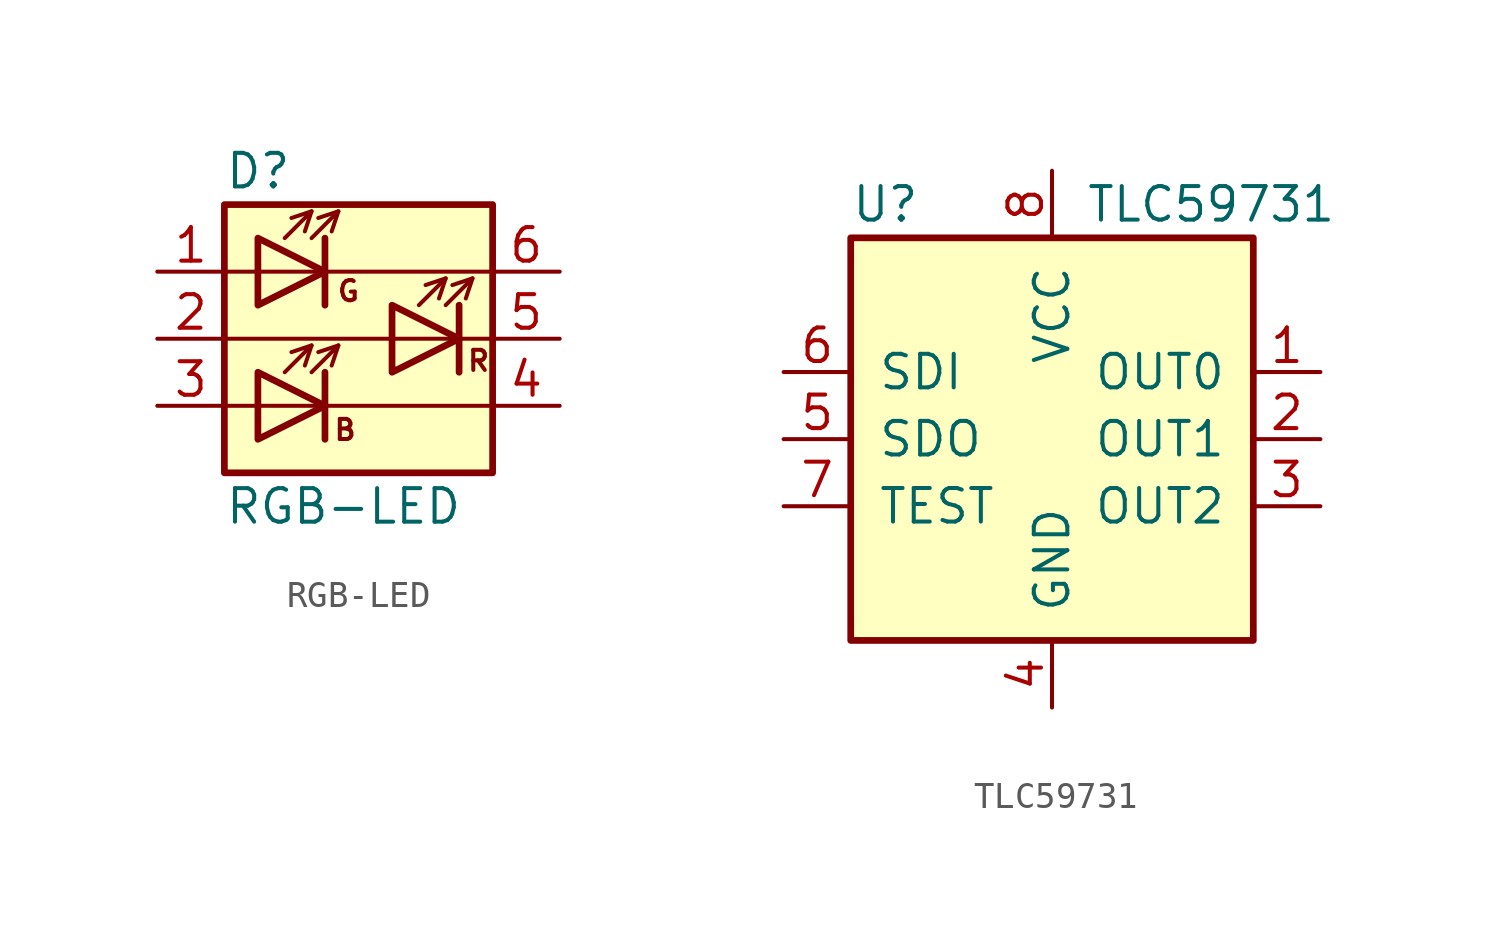
<source format=kicad_sym>
(kicad_symbol_lib
  (version 20220914)
  (generator kicad_symbol_editor)
  (symbol "RGB-LED"
    (pin_names hide)
    (property "Reference" "D"
      (at -5.08 6.35 0)
      (effects (font (size 1.27 1.27)) (justify left)))
    (property "Value" "RGB-LED"
      (at -5.08 -6.35 0)
      (effects (font (size 1.27 1.27)) (justify left)))
    (symbol "RGB-LED_0_0"
      (text "B" (at -0.508 -3.454 0) (effects (font (size 0.762 0.762)))))
    (symbol "RGB-LED_0_1"
      (rectangle (start -5.08 5.08) (end 5.08 -5.08) (stroke (width 0.254) (type default)) (fill (type background)))
      (polyline (pts (xy -5.08 -2.54) (xy 5.08 -2.54)) (stroke (width 0) (type default)) (fill (type none)))
      (polyline (pts (xy -5.08 0) (xy 5.08 0)) (stroke (width 0) (type default)) (fill (type none)))
      (polyline (pts (xy -5.08 2.54) (xy 5.08 2.54)) (stroke (width 0) (type default)) (fill (type none)))
      (polyline (pts (xy -2.794 -1.27) (xy -1.778 -0.254)) (stroke (width 0) (type default)) (fill (type none)))
      (polyline (pts (xy -2.794 3.81) (xy -1.778 4.826)) (stroke (width 0) (type default)) (fill (type none)))
      (polyline (pts (xy -1.778 -1.27) (xy -0.762 -0.254)) (stroke (width 0) (type default)) (fill (type none)))
      (polyline (pts (xy -1.778 3.81) (xy -0.762 4.826)) (stroke (width 0) (type default)) (fill (type none)))
      (polyline (pts (xy -1.27 -1.27) (xy -1.27 -3.81)) (stroke (width 0.254) (type default)) (fill (type none)))
      (polyline (pts (xy -1.27 3.81) (xy -1.27 1.27)) (stroke (width 0.254) (type default)) (fill (type none)))
      (polyline (pts (xy 2.286 1.27) (xy 3.302 2.286)) (stroke (width 0) (type default)) (fill (type none)))
      (polyline (pts (xy 3.302 1.27) (xy 4.318 2.286)) (stroke (width 0) (type default)) (fill (type none)))
      (polyline (pts (xy 3.81 1.27) (xy 3.81 -1.27)) (stroke (width 0.254) (type default)) (fill (type none)))
      (polyline (pts (xy -2.54 4.572) (xy -1.778 4.826) (xy -2.032 4.064)) (stroke (width 0) (type default)) (fill (type none)))
      (polyline (pts (xy -2.032 -1.016) (xy -1.778 -0.254) (xy -2.54 -0.508)) (stroke (width 0) (type default)) (fill (type none)))
      (polyline (pts (xy -1.524 -0.508) (xy -0.762 -0.254) (xy -1.016 -1.016)) (stroke (width 0) (type default)) (fill (type none)))
      (polyline (pts (xy -1.524 4.572) (xy -0.762 4.826) (xy -1.016 4.064)) (stroke (width 0) (type default)) (fill (type none)))
      (polyline (pts (xy 3.048 1.524) (xy 3.302 2.286) (xy 2.54 2.032)) (stroke (width 0) (type default)) (fill (type none)))
      (polyline (pts (xy 3.556 2.032) (xy 4.318 2.286) (xy 4.064 1.524)) (stroke (width 0) (type default)) (fill (type none)))
      (polyline (pts (xy -3.81 -1.27) (xy -3.81 -3.81) (xy -1.27 -2.54) (xy -3.81 -1.27)) (stroke (width 0.254) (type default)) (fill (type none)))
      (polyline (pts (xy -3.81 3.81) (xy -3.81 1.27) (xy -1.27 2.54) (xy -3.81 3.81)) (stroke (width 0.254) (type default)) (fill (type none)))
      (polyline (pts (xy 1.27 1.27) (xy 1.27 -1.27) (xy 3.81 0) (xy 1.27 1.27)) (stroke (width 0.254) (type default)) (fill (type none))))
    (symbol "RGB-LED_1_0"
      (text "G" (at -0.381 1.803 0) (effects (font (size 0.762 0.762))))
      (text "R" (at 4.547 -0.838 0) (effects (font (size 0.762 0.762)))))
    (symbol "RGB-LED_1_1"
      (pin passive line (at -7.62 2.54 0) (length 2.54) (name "AG" (effects (font (size 1.27 1.27)))) (number "1" (effects (font (size 1.27 1.27)))))
      (pin passive line (at -7.62 0 0) (length 2.54) (name "AR" (effects (font (size 1.27 1.27)))) (number "2" (effects (font (size 1.27 1.27)))))
      (pin passive line (at -7.62 -2.54 0) (length 2.54) (name "AB" (effects (font (size 1.27 1.27)))) (number "3" (effects (font (size 1.27 1.27)))))
      (pin passive line (at 7.62 -2.54 180) (length 2.54) (name "KB" (effects (font (size 1.27 1.27)))) (number "4" (effects (font (size 1.27 1.27)))))
      (pin passive line (at 7.62 0 180) (length 2.54) (name "KR" (effects (font (size 1.27 1.27)))) (number "5" (effects (font (size 1.27 1.27)))))
      (pin passive line (at 7.62 2.54 180) (length 2.54) (name "KG" (effects (font (size 1.27 1.27)))) (number "6" (effects (font (size 1.27 1.27)))))))
  (symbol "TLC59731"
    (pin_names
      (offset 1.016))
    (property "Reference" "U"
      (at -7.62 8.89 0)
      (effects (font (size 1.27 1.27)) (justify left)))
    (property "Value" "TLC59731"
      (at 1.27 8.89 0)
      (effects (font (size 1.27 1.27)) (justify left)))
    (symbol "TLC59731_0_1"
      (rectangle (start -7.62 7.62) (end 7.62 -7.62) (stroke (width 0.254) (type default)) (fill (type background))))
    (symbol "TLC59731_1_1"
      (pin output line (at 10.16 2.54 180) (length 2.54) (name "OUT0" (effects (font (size 1.27 1.27)))) (number "1" (effects (font (size 1.27 1.27)))))
      (pin output line (at 10.16 0 180) (length 2.54) (name "OUT1" (effects (font (size 1.27 1.27)))) (number "2" (effects (font (size 1.27 1.27)))))
      (pin output line (at 10.16 -2.54 180) (length 2.54) (name "OUT2" (effects (font (size 1.27 1.27)))) (number "3" (effects (font (size 1.27 1.27)))))
      (pin power_in line (at 0 -10.16 90) (length 2.54) (name "GND" (effects (font (size 1.27 1.27)))) (number "4" (effects (font (size 1.27 1.27)))))
      (pin output line (at -10.16 0 0) (length 2.54) (name "SDO" (effects (font (size 1.27 1.27)))) (number "5" (effects (font (size 1.27 1.27)))))
      (pin input line (at -10.16 2.54 0) (length 2.54) (name "SDI" (effects (font (size 1.27 1.27)))) (number "6" (effects (font (size 1.27 1.27)))))
      (pin bidirectional line (at -10.16 -2.54 0) (length 2.54) (name "TEST" (effects (font (size 1.27 1.27)))) (number "7" (effects (font (size 1.27 1.27)))))
      (pin power_in line (at 0 10.16 270) (length 2.54) (name "VCC" (effects (font (size 1.27 1.27)))) (number "8" (effects (font (size 1.27 1.27))))))))
</source>
